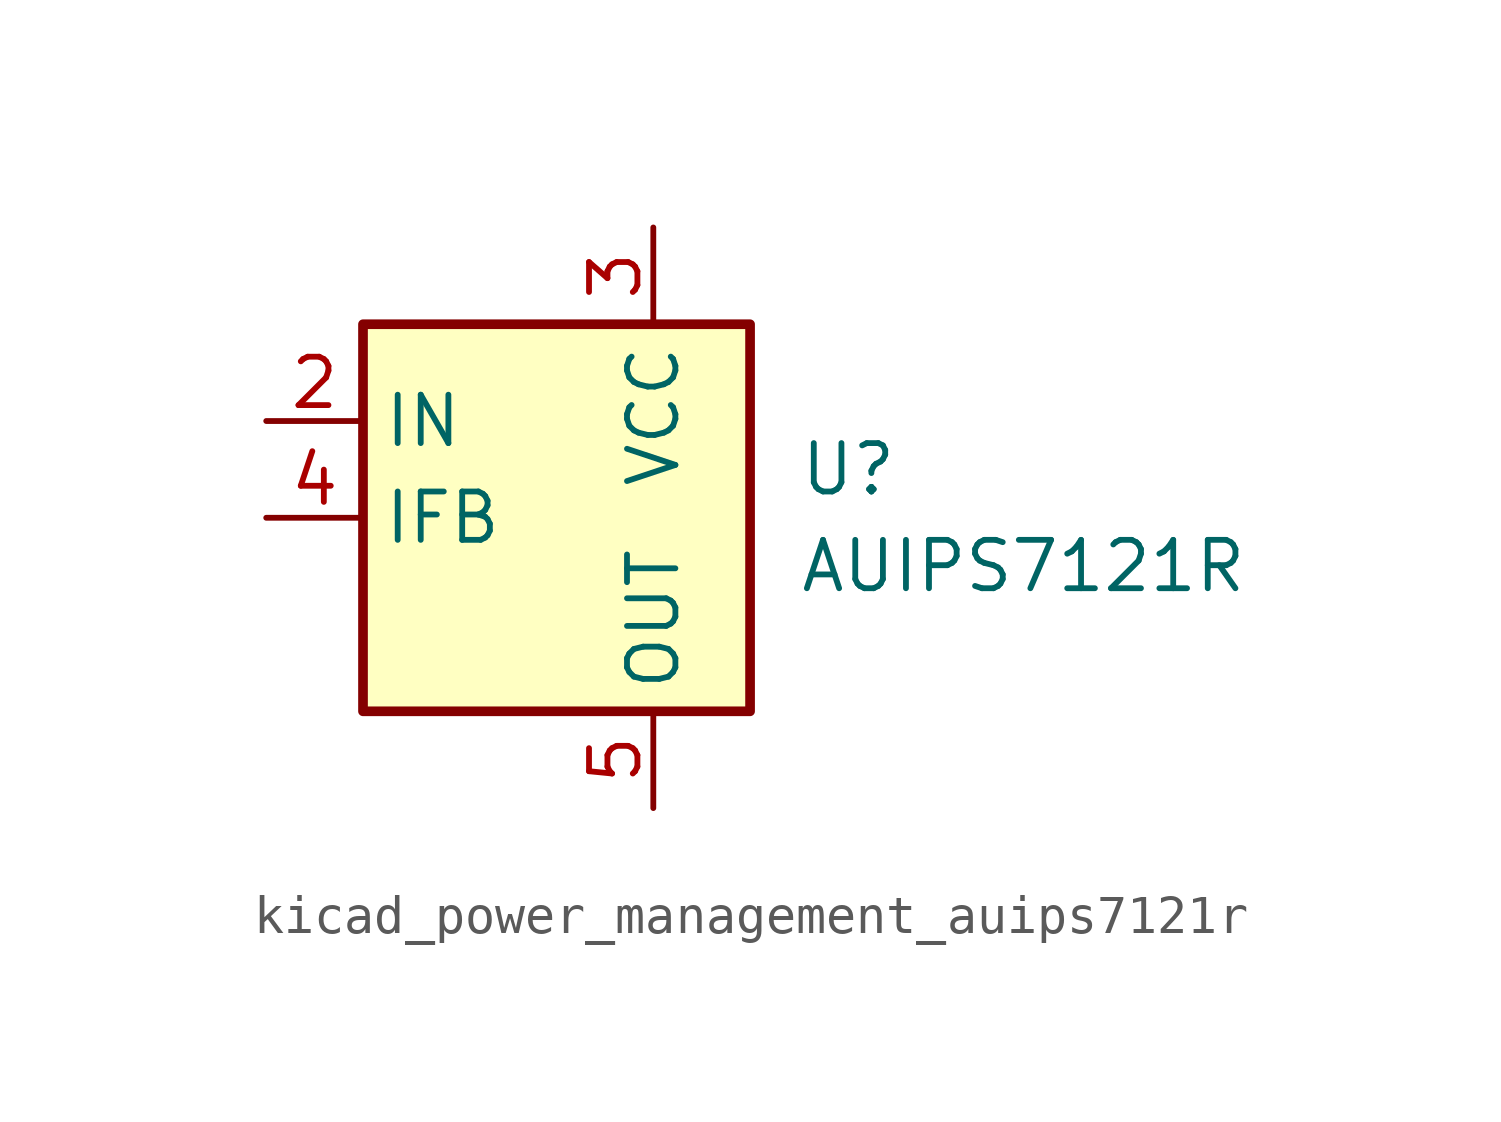
<source format=kicad_sym>
(kicad_symbol_lib
  (version 20220914)
  (generator kicad_symbol_editor)
  (symbol "kicad_power_management_auips7121r"
    (property "Reference" "U"
      (at 3.81 1.27 0)
      (effects (font (size 1.27 1.27)) (justify left)))
    (property "Value" "AUIPS7121R"
      (at 3.81 -1.27 0)
      (effects (font (size 1.27 1.27)) (justify left)))
    (symbol "kicad_power_management_auips7121r_0_1"
      (rectangle (start -7.62 5.08) (end 2.54 -5.08) (stroke (width 0.254) (type default)) (fill (type background))))
    (symbol "kicad_power_management_auips7121r_1_1"
      (pin no_connect line (at -7.62 -2.54 0) (length 2.54) hide (name "NC" (effects (font (size 1.27 1.27)))) (number "1" (effects (font (size 1.27 1.27)))))
      (pin input line (at -10.16 2.54 0) (length 2.54) (name "IN" (effects (font (size 1.27 1.27)))) (number "2" (effects (font (size 1.27 1.27)))))
      (pin power_in line (at 0 7.62 270) (length 2.54) (name "VCC" (effects (font (size 1.27 1.27)))) (number "3" (effects (font (size 1.27 1.27)))))
      (pin output line (at -10.16 0 0) (length 2.54) (name "IFB" (effects (font (size 1.27 1.27)))) (number "4" (effects (font (size 1.27 1.27)))))
      (pin power_out line (at 0 -7.62 90) (length 2.54) (name "OUT" (effects (font (size 1.27 1.27)))) (number "5" (effects (font (size 1.27 1.27))))))))
</source>
